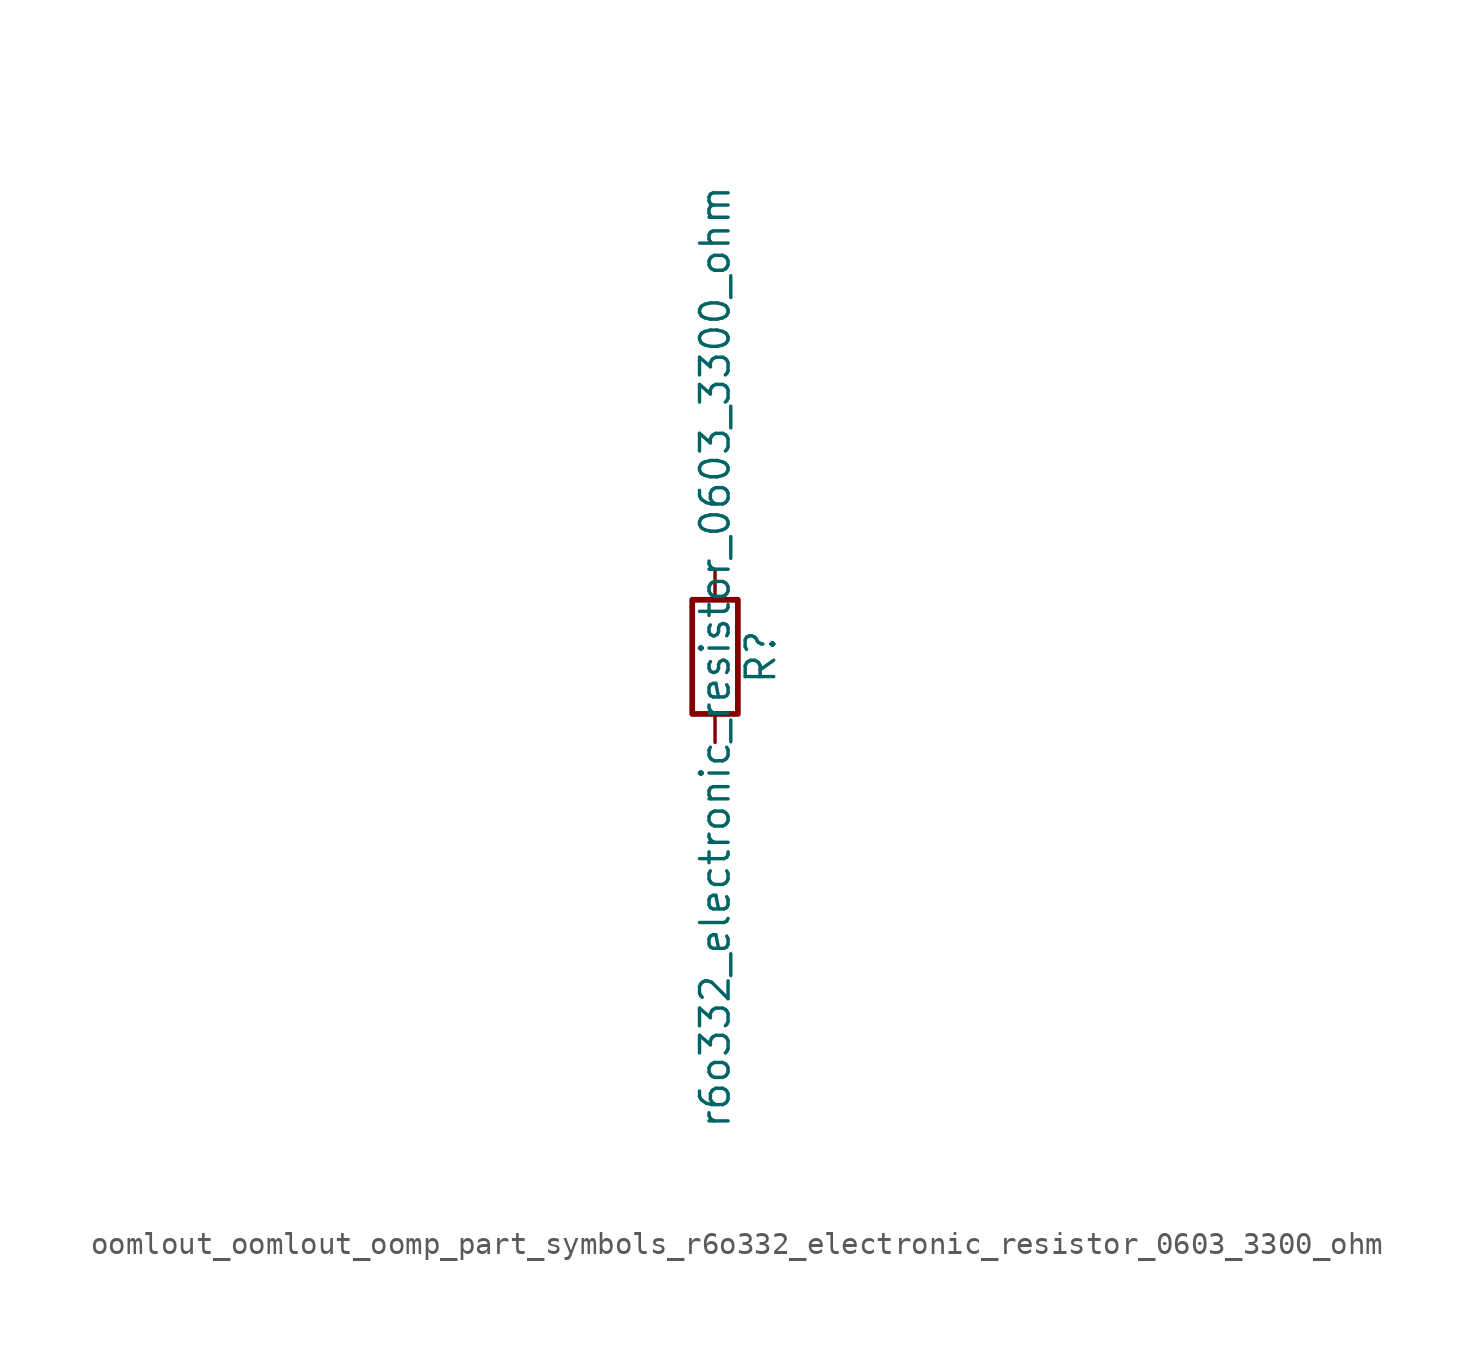
<source format=kicad_sym>
(kicad_symbol_lib
  (version 20220914)
  (generator kicad_symbol_editor)
  (symbol "oomlout_oomlout_oomp_part_symbols_r6o332_electronic_resistor_0603_3300_ohm"
    (pin_numbers hide)
    (pin_names
      (offset 0))
    (property "Reference" "R"
      (at 2.032 0 90)
      (effects (font (size 1.27 1.27))))
    (property "Value" "r6o332_electronic_resistor_0603_3300_ohm"
      (at 0 0 90)
      (effects (font (size 1.27 1.27))))
    (symbol "oomlout_oomlout_oomp_part_symbols_r6o332_electronic_resistor_0603_3300_ohm_0_1"
      (rectangle (start -1.016 -2.54) (end 1.016 2.54) (stroke (width 0.254) (type default)) (fill (type none))))
    (symbol "oomlout_oomlout_oomp_part_symbols_r6o332_electronic_resistor_0603_3300_ohm_1_1"
      (pin passive line (at 0 3.81 270) (length 1.27) (name "~" (effects (font (size 1.27 1.27)))) (number "1" (effects (font (size 1.27 1.27)))))
      (pin passive line (at 0 -3.81 90) (length 1.27) (name "~" (effects (font (size 1.27 1.27)))) (number "2" (effects (font (size 1.27 1.27))))))))
</source>
